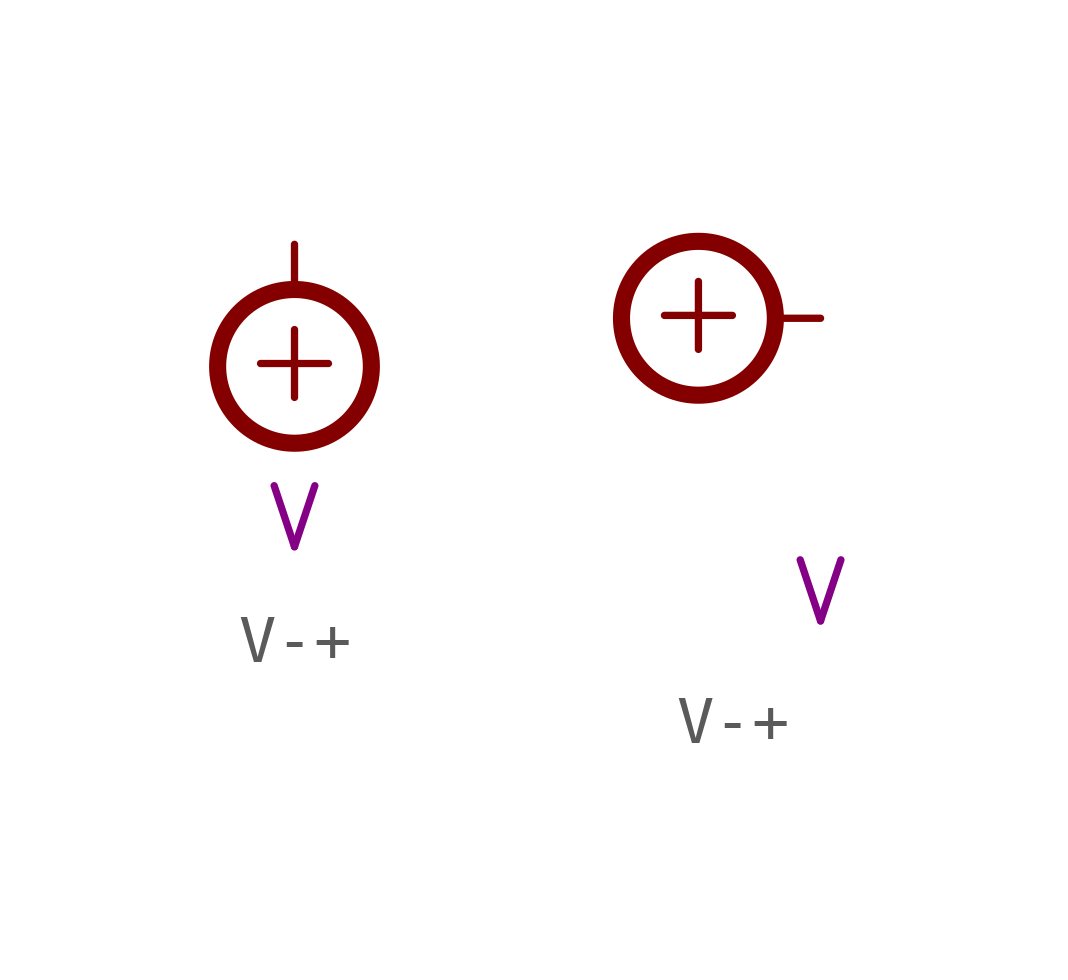
<source format=kicad_sym>
(kicad_symbol_lib
  (version 20211014)
  (generator kicad_symbol_editor)
  (symbol "V-+"
    (power)
    (pin_numbers hide)
    (pin_names
      (offset 1.27) hide)
    (property "Reference" "#PWR"
      (at 5.08 0 0)
      (effects (font (size 1.27 1.27)) (justify left) hide))
    (property "Voltage" "V"
      (at 0 -5.715 0)
      (effects (font (size 1.27 1.27))))
    (symbol "V-+_1_0"
      (pin power_in line (at 0 0 0) (length 0) hide (name "+" (effects (font (size 1.27 1.27)))) (number "0" (effects (font (size 0 0))))))
    (symbol "V-+_1_1"
      (circle (center 0 -2.54) (radius 1.6) (stroke (width 0.356) (type default) (color 0 0 0 0)) (fill (type none)))
      (polyline (pts (xy 0 -0.889) (xy 0 0)) (stroke (width 0) (type default) (color 0 0 0 0)) (fill (type none)))
      (text "+" (at 0 -2.337 0) (effects (font (size 1.854 1.854)))))
    (symbol "V-+_1_2"
      (circle (center -2.54 0) (radius 1.6) (stroke (width 0.356) (type default) (color 0 0 0 0)) (fill (type none)))
      (polyline (pts (xy -0.889 0) (xy 0 0)) (stroke (width 0) (type default) (color 0 0 0 0)) (fill (type none)))
      (text "+" (at -2.54 0.203 0) (effects (font (size 1.854 1.854)))))))
</source>
